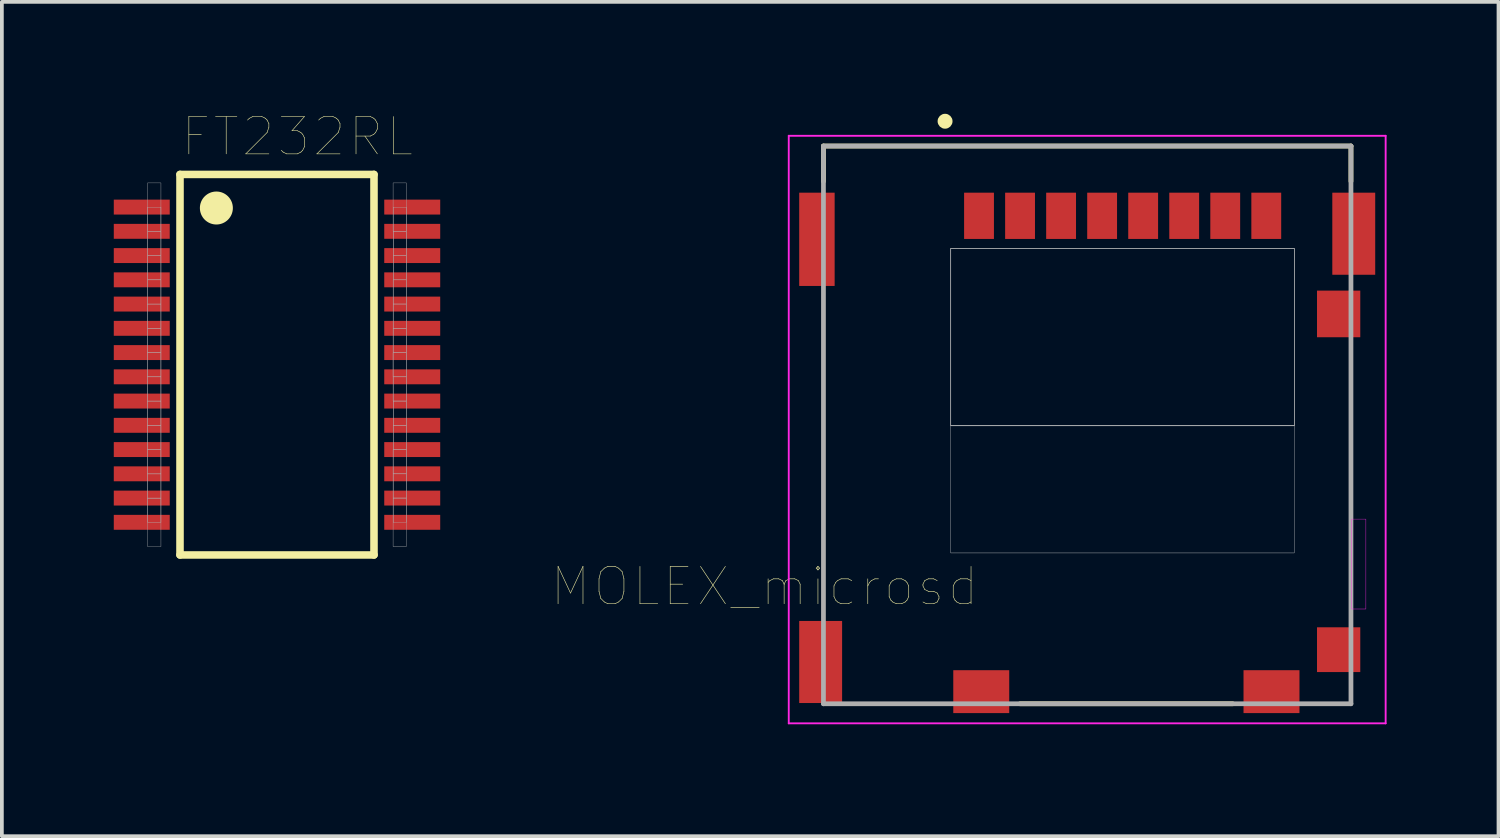
<source format=kicad_pcb>
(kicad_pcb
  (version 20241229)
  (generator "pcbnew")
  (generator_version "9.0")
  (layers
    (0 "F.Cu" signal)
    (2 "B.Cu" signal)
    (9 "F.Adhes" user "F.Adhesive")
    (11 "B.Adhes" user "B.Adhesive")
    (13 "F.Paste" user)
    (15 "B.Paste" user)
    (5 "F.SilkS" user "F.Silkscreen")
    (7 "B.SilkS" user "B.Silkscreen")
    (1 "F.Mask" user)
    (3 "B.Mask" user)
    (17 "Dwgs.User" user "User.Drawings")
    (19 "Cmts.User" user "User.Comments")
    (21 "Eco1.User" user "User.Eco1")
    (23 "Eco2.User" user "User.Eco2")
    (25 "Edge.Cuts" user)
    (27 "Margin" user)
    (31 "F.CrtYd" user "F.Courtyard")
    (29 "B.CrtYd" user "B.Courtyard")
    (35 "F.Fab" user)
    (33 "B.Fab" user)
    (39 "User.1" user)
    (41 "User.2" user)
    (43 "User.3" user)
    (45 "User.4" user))
  (footprint "MOLEX_microsd"
    (layer "F.Cu")
    (at 26.093 9.09)
    (property "Reference" "MOLEX_microsd" (at -8.649 3.581 180) (layer "F.SilkS") (effects (font (size 1.002 1.002) (thickness 0.015))))
    (attr through_hole)
    (fp_line (start -7.07 -8.225) (end 7.07 -8.225) (stroke (width 0.127) (type solid)) (layer "F.SilkS"))
    (fp_line (start -7.07 -7.28) (end -7.07 -8.225) (stroke (width 0.127) (type solid)) (layer "F.SilkS"))
    (fp_line (start -1.8 6.725) (end 3.9 6.725) (stroke (width 0.127) (type solid)) (layer "F.SilkS"))
    (fp_line (start 7.07 -8.225) (end 7.07 -7.28) (stroke (width 0.127) (type solid)) (layer "F.SilkS"))
    (fp_circle (center -3.81 -8.89) (end -3.71 -8.89) (stroke (width 0.2) (type solid)) (fill no) (layer "F.SilkS"))
    (fp_poly (pts (xy -3.659 -0.725) (xy 5.55 -0.725) (xy 5.55 2.682) (xy -3.659 2.682)) (stroke (width 0.01) (type solid)) (fill no) (layer "Dwgs.User"))
    (fp_poly (pts (xy -3.658 -5.485) (xy 5.55 -5.485) (xy 5.55 -0.727) (xy -3.658 -0.727)) (stroke (width 0.01) (type solid)) (fill no) (layer "Dwgs.User"))
    (fp_poly (pts (xy -3.656 -5.485) (xy 5.55 -5.485) (xy 5.55 -0.726) (xy -3.656 -0.726)) (stroke (width 0.01) (type solid)) (fill no) (layer "Dwgs.User"))
    (fp_poly (pts (xy -3.655 -5.485) (xy 5.55 -5.485) (xy 5.55 -0.726) (xy -3.655 -0.726)) (stroke (width 0.01) (type solid)) (fill no) (layer "Dwgs.User"))
    (fp_line (start -8 -8.5) (end -8 7.25) (stroke (width 0.05) (type solid)) (layer "F.CrtYd"))
    (fp_line (start -8 7.25) (end 8 7.25) (stroke (width 0.05) (type solid)) (layer "F.CrtYd"))
    (fp_line (start 8 -8.5) (end -8 -8.5) (stroke (width 0.05) (type solid)) (layer "F.CrtYd"))
    (fp_line (start 8 7.25) (end 8 -8.5) (stroke (width 0.05) (type solid)) (layer "F.CrtYd"))
    (fp_poly (pts (xy 7.085 1.775) (xy 7.47 1.775) (xy 7.47 4.184) (xy 7.085 4.184)) (stroke (width 0.01) (type solid)) (fill no) (layer "F.CrtYd"))
    (fp_line (start -7.07 -8.225) (end 7.07 -8.225) (stroke (width 0.127) (type solid)) (layer "F.Fab"))
    (fp_line (start -7.07 6.725) (end -7.07 -8.225) (stroke (width 0.127) (type solid)) (layer "F.Fab"))
    (fp_line (start 7.07 -8.225) (end 7.07 6.725) (stroke (width 0.127) (type solid)) (layer "F.Fab"))
    (fp_line (start 7.07 6.725) (end -7.07 6.725) (stroke (width 0.127) (type solid)) (layer "F.Fab"))
    (pad "1" smd rect (at -2.9 -6.355) (size 0.8 1.24) (layers "F.Cu" "F.Mask" "F.Paste"))
    (pad "2" smd rect (at -1.8 -6.355) (size 0.8 1.24) (layers "F.Cu" "F.Mask" "F.Paste"))
    (pad "3" smd rect (at -0.7 -6.355) (size 0.8 1.24) (layers "F.Cu" "F.Mask" "F.Paste"))
    (pad "4" smd rect (at 0.4 -6.355) (size 0.8 1.24) (layers "F.Cu" "F.Mask" "F.Paste"))
    (pad "5" smd rect (at 1.5 -6.355) (size 0.8 1.24) (layers "F.Cu" "F.Mask" "F.Paste"))
    (pad "6" smd rect (at 2.6 -6.355) (size 0.8 1.24) (layers "F.Cu" "F.Mask" "F.Paste"))
    (pad "7" smd rect (at 3.7 -6.355) (size 0.8 1.24) (layers "F.Cu" "F.Mask" "F.Paste"))
    (pad "8" smd rect (at 4.8 -6.355) (size 0.8 1.24) (layers "F.Cu" "F.Mask" "F.Paste"))
    (pad "DT" smd rect (at 6.74 5.275) (size 1.16 1.2) (layers "F.Cu" "F.Mask" "F.Paste"))
    (pad "P1" smd rect (at -7.245 -5.725) (size 0.95 2.5) (layers "F.Cu" "F.Mask" "F.Paste"))
    (pad "P2" smd rect (at 7.145 -5.875) (size 1.15 2.2) (layers "F.Cu" "F.Mask" "F.Paste"))
    (pad "P3" smd rect (at -7.145 5.605) (size 1.15 2.2) (layers "F.Cu" "F.Mask" "F.Paste"))
    (pad "P4" smd rect (at -2.84 6.4) (size 1.5 1.15) (layers "F.Cu" "F.Mask" "F.Paste"))
    (pad "P5" smd rect (at 4.94 6.4) (size 1.5 1.15) (layers "F.Cu" "F.Mask" "F.Paste"))
    (pad "SW" smd rect (at 6.74 -3.725) (size 1.16 1.25) (layers "F.Cu" "F.Mask" "F.Paste")))
  (footprint "FT232RL"
    (layer "F.Cu")
    (at 4.375 6.726)
    (property "Reference" "FT232RL" (at 0.545 -6.114 0) (layer "F.SilkS") (effects (font (size 1.001 1.001) (thickness 0.015))))
    (attr through_hole)
    (fp_line (start -2.6 -5.1) (end -2.6 5.1) (stroke (width 0.203) (type solid)) (layer "F.SilkS"))
    (fp_line (start -2.6 5.1) (end 2.6 5.1) (stroke (width 0.203) (type solid)) (layer "F.SilkS"))
    (fp_line (start 2.6 -5.1) (end -2.6 -5.1) (stroke (width 0.203) (type solid)) (layer "F.SilkS"))
    (fp_line (start 2.6 5.1) (end 2.6 -5.1) (stroke (width 0.203) (type solid)) (layer "F.SilkS"))
    (fp_circle (center -1.625 -4.2) (end -1.183 -4.2) (stroke (width 0) (type solid)) (fill yes) (layer "F.SilkS"))
    (fp_poly (pts (xy -3.474 -1.623) (xy -3.111 -1.623) (xy -3.111 -0.328) (xy -3.474 -0.328)) (stroke (width 0.01) (type solid)) (fill no) (layer "F.Fab"))
    (fp_poly (pts (xy -3.473 -0.973) (xy -3.111 -0.973) (xy -3.111 0.323) (xy -3.473 0.323)) (stroke (width 0.01) (type solid)) (fill no) (layer "F.Fab"))
    (fp_poly (pts (xy -3.473 0.327) (xy -3.111 0.327) (xy -3.111 1.625) (xy -3.473 1.625)) (stroke (width 0.01) (type solid)) (fill no) (layer "F.Fab"))
    (fp_poly (pts (xy -3.472 0.977) (xy -3.111 0.977) (xy -3.111 2.276) (xy -3.472 2.276)) (stroke (width 0.01) (type solid)) (fill no) (layer "F.Fab"))
    (fp_poly (pts (xy -3.472 1.627) (xy -3.111 1.627) (xy -3.111 2.927) (xy -3.472 2.927)) (stroke (width 0.01) (type solid)) (fill no) (layer "F.Fab"))
    (fp_poly (pts (xy -3.472 2.277) (xy -3.111 2.277) (xy -3.111 3.577) (xy -3.472 3.577)) (stroke (width 0.01) (type solid)) (fill no) (layer "F.Fab"))
    (fp_poly (pts (xy -3.471 -0.323) (xy -3.111 -0.323) (xy -3.111 0.974) (xy -3.471 0.974)) (stroke (width 0.01) (type solid)) (fill no) (layer "F.Fab"))
    (fp_poly (pts (xy -3.469 -4.223) (xy -3.111 -4.223) (xy -3.111 -2.929) (xy -3.469 -2.929)) (stroke (width 0.01) (type solid)) (fill no) (layer "F.Fab"))
    (fp_poly (pts (xy -3.469 2.927) (xy -3.111 2.927) (xy -3.111 4.225) (xy -3.469 4.225)) (stroke (width 0.01) (type solid)) (fill no) (layer "F.Fab"))
    (fp_poly (pts (xy -3.469 3.577) (xy -3.111 3.577) (xy -3.111 4.875) (xy -3.469 4.875)) (stroke (width 0.01) (type solid)) (fill no) (layer "F.Fab"))
    (fp_poly (pts (xy -3.468 -2.923) (xy -3.111 -2.923) (xy -3.111 -1.628) (xy -3.468 -1.628)) (stroke (width 0.01) (type solid)) (fill no) (layer "F.Fab"))
    (fp_poly (pts (xy -3.468 -3.573) (xy -3.111 -3.573) (xy -3.111 -2.278) (xy -3.468 -2.278)) (stroke (width 0.01) (type solid)) (fill no) (layer "F.Fab"))
    (fp_poly (pts (xy -3.468 -2.273) (xy -3.111 -2.273) (xy -3.111 -0.978) (xy -3.468 -0.978)) (stroke (width 0.01) (type solid)) (fill no) (layer "F.Fab"))
    (fp_poly (pts (xy -3.468 -4.873) (xy -3.111 -4.873) (xy -3.111 -3.578) (xy -3.468 -3.578)) (stroke (width 0.01) (type solid)) (fill no) (layer "F.Fab"))
    (fp_poly (pts (xy 3.112 2.277) (xy 3.467 2.277) (xy 3.467 3.573) (xy 3.112 3.573)) (stroke (width 0.01) (type solid)) (fill no) (layer "F.Fab"))
    (fp_poly (pts (xy 3.112 -0.973) (xy 3.467 -0.973) (xy 3.467 0.323) (xy 3.112 0.323)) (stroke (width 0.01) (type solid)) (fill no) (layer "F.Fab"))
    (fp_poly (pts (xy 3.112 -0.323) (xy 3.467 -0.323) (xy 3.467 0.973) (xy 3.112 0.973)) (stroke (width 0.01) (type solid)) (fill no) (layer "F.Fab"))
    (fp_poly (pts (xy 3.112 3.577) (xy 3.467 3.577) (xy 3.467 4.874) (xy 3.112 4.874)) (stroke (width 0.01) (type solid)) (fill no) (layer "F.Fab"))
    (fp_poly (pts (xy 3.112 -4.873) (xy 3.467 -4.873) (xy 3.467 -3.578) (xy 3.112 -3.578)) (stroke (width 0.01) (type solid)) (fill no) (layer "F.Fab"))
    (fp_poly (pts (xy 3.113 -2.273) (xy 3.467 -2.273) (xy 3.467 -0.978) (xy 3.113 -0.978)) (stroke (width 0.01) (type solid)) (fill no) (layer "F.Fab"))
    (fp_poly (pts (xy 3.114 1.627) (xy 3.467 1.627) (xy 3.467 2.925) (xy 3.114 2.925)) (stroke (width 0.01) (type solid)) (fill no) (layer "F.Fab"))
    (fp_poly (pts (xy 3.115 2.927) (xy 3.467 2.927) (xy 3.467 4.228) (xy 3.115 4.228)) (stroke (width 0.01) (type solid)) (fill no) (layer "F.Fab"))
    (fp_poly (pts (xy 3.116 -3.573) (xy 3.467 -3.573) (xy 3.467 -2.28) (xy 3.116 -2.28)) (stroke (width 0.01) (type solid)) (fill no) (layer "F.Fab"))
    (fp_poly (pts (xy 3.116 0.327) (xy 3.467 0.327) (xy 3.467 1.625) (xy 3.116 1.625)) (stroke (width 0.01) (type solid)) (fill no) (layer "F.Fab"))
    (fp_poly (pts (xy 3.116 -4.223) (xy 3.467 -4.223) (xy 3.467 -2.931) (xy 3.116 -2.931)) (stroke (width 0.01) (type solid)) (fill no) (layer "F.Fab"))
    (fp_poly (pts (xy 3.116 -2.923) (xy 3.467 -2.923) (xy 3.467 -1.63) (xy 3.116 -1.63)) (stroke (width 0.01) (type solid)) (fill no) (layer "F.Fab"))
    (fp_poly (pts (xy 3.116 -1.623) (xy 3.467 -1.623) (xy 3.467 -0.328) (xy 3.116 -0.328)) (stroke (width 0.01) (type solid)) (fill no) (layer "F.Fab"))
    (fp_poly (pts (xy 3.117 0.977) (xy 3.467 0.977) (xy 3.467 2.277) (xy 3.117 2.277)) (stroke (width 0.01) (type solid)) (fill no) (layer "F.Fab"))
    (pad "1" smd rect (at -3.625 -4.225) (size 1.5 0.4) (layers "F.Cu" "F.Mask" "F.Paste"))
    (pad "2" smd rect (at -3.625 -3.575) (size 1.5 0.4) (layers "F.Cu" "F.Mask" "F.Paste"))
    (pad "3" smd rect (at -3.625 -2.925) (size 1.5 0.4) (layers "F.Cu" "F.Mask" "F.Paste"))
    (pad "4" smd rect (at -3.625 -2.275) (size 1.5 0.4) (layers "F.Cu" "F.Mask" "F.Paste"))
    (pad "5" smd rect (at -3.625 -1.625) (size 1.5 0.4) (layers "F.Cu" "F.Mask" "F.Paste"))
    (pad "6" smd rect (at -3.625 -0.975) (size 1.5 0.4) (layers "F.Cu" "F.Mask" "F.Paste"))
    (pad "7" smd rect (at -3.625 -0.325) (size 1.5 0.4) (layers "F.Cu" "F.Mask" "F.Paste"))
    (pad "8" smd rect (at -3.625 0.325) (size 1.5 0.4) (layers "F.Cu" "F.Mask" "F.Paste"))
    (pad "9" smd rect (at -3.625 0.975) (size 1.5 0.4) (layers "F.Cu" "F.Mask" "F.Paste"))
    (pad "10" smd rect (at -3.625 1.625) (size 1.5 0.4) (layers "F.Cu" "F.Mask" "F.Paste"))
    (pad "11" smd rect (at -3.625 2.275) (size 1.5 0.4) (layers "F.Cu" "F.Mask" "F.Paste"))
    (pad "12" smd rect (at -3.625 2.925) (size 1.5 0.4) (layers "F.Cu" "F.Mask" "F.Paste"))
    (pad "13" smd rect (at -3.625 3.575) (size 1.5 0.4) (layers "F.Cu" "F.Mask" "F.Paste"))
    (pad "14" smd rect (at -3.625 4.225) (size 1.5 0.4) (layers "F.Cu" "F.Mask" "F.Paste"))
    (pad "15" smd rect (at 3.625 4.225) (size 1.5 0.4) (layers "F.Cu" "F.Mask" "F.Paste"))
    (pad "16" smd rect (at 3.625 3.575) (size 1.5 0.4) (layers "F.Cu" "F.Mask" "F.Paste"))
    (pad "17" smd rect (at 3.625 2.925) (size 1.5 0.4) (layers "F.Cu" "F.Mask" "F.Paste"))
    (pad "18" smd rect (at 3.625 2.275) (size 1.5 0.4) (layers "F.Cu" "F.Mask" "F.Paste"))
    (pad "19" smd rect (at 3.625 1.625) (size 1.5 0.4) (layers "F.Cu" "F.Mask" "F.Paste"))
    (pad "20" smd rect (at 3.625 0.975) (size 1.5 0.4) (layers "F.Cu" "F.Mask" "F.Paste"))
    (pad "21" smd rect (at 3.625 0.325) (size 1.5 0.4) (layers "F.Cu" "F.Mask" "F.Paste"))
    (pad "22" smd rect (at 3.625 -0.325) (size 1.5 0.4) (layers "F.Cu" "F.Mask" "F.Paste"))
    (pad "23" smd rect (at 3.625 -0.975) (size 1.5 0.4) (layers "F.Cu" "F.Mask" "F.Paste"))
    (pad "24" smd rect (at 3.625 -1.625) (size 1.5 0.4) (layers "F.Cu" "F.Mask" "F.Paste"))
    (pad "25" smd rect (at 3.625 -2.275) (size 1.5 0.4) (layers "F.Cu" "F.Mask" "F.Paste"))
    (pad "26" smd rect (at 3.625 -2.925) (size 1.5 0.4) (layers "F.Cu" "F.Mask" "F.Paste"))
    (pad "27" smd rect (at 3.625 -3.575) (size 1.5 0.4) (layers "F.Cu" "F.Mask" "F.Paste"))
    (pad "28" smd rect (at 3.625 -4.225) (size 1.5 0.4) (layers "F.Cu" "F.Mask" "F.Paste")))
  (gr_rect
    (start -3 -3)
    (end 37.118 19.365)
    (stroke (width 0.1) (type default))
    (fill no)
    (layer "Edge.Cuts")))
</source>
